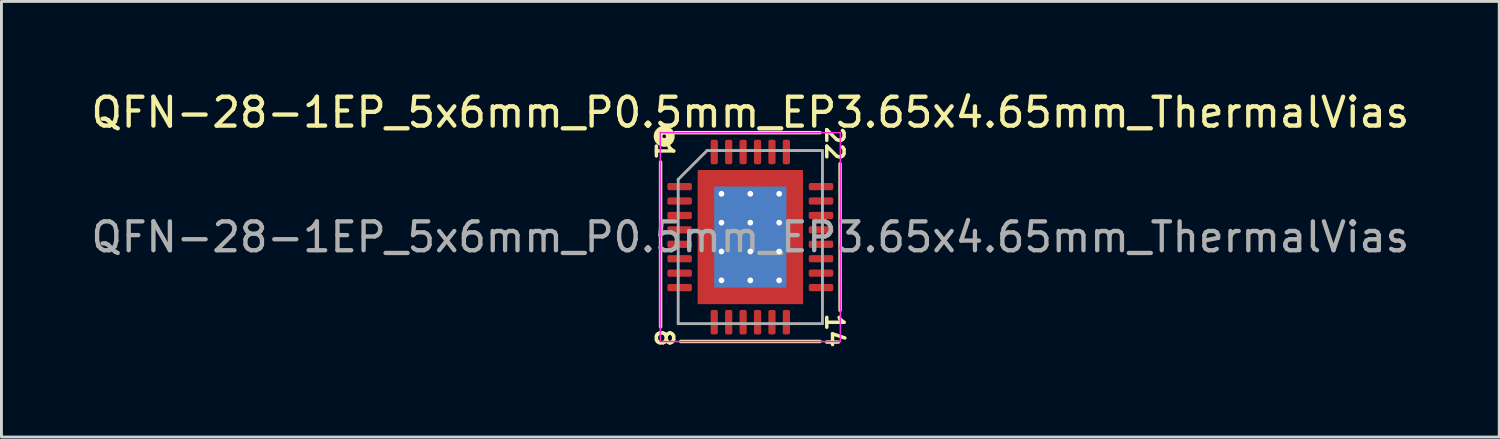
<source format=kicad_pcb>
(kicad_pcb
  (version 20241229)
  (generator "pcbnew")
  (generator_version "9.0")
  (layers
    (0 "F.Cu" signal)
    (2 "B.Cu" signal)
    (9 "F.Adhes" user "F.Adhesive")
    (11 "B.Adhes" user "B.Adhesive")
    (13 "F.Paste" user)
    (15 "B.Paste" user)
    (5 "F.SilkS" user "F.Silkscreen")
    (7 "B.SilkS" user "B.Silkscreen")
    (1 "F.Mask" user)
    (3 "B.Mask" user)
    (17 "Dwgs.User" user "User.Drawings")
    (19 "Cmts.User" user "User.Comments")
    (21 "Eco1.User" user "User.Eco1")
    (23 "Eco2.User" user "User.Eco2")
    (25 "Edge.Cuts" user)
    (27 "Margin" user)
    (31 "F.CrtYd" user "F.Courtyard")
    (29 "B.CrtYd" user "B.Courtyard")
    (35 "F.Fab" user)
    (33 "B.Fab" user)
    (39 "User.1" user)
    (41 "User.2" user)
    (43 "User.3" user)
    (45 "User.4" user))
  (footprint "QFN-28-1EP_5x6mm_P0.5mm_EP3.65x4.65mm_ThermalVias"
    (layer "F.Cu")
    (at 22.958 5.168)
    (property "Reference" "QFN-28-1EP_5x6mm_P0.5mm_EP3.65x4.65mm_ThermalVias" (at 0 -4.32 0) (layer "F.SilkS") (effects (font (size 1 1) (thickness 0.15))))
    (attr smd)
    (fp_line (start -3.111 -2.603) (end -3.111 3.111) (stroke (width 0.12) (type solid)) (layer "F.SilkS"))
    (fp_line (start -2.413 3.619) (end 2.413 3.619) (stroke (width 0.12) (type solid)) (layer "F.SilkS"))
    (fp_line (start 2.413 -3.619) (end -2.603 -3.619) (stroke (width 0.12) (type solid)) (layer "F.SilkS"))
    (fp_line (start 3.111 2.54) (end 3.111 -2.54) (stroke (width 0.12) (type solid)) (layer "F.SilkS"))
    (fp_circle (center -2.985 -3.493) (end -2.921 -3.493) (stroke (width 0.3) (type solid)) (fill no) (layer "F.SilkS"))
    (fp_line (start -3.12 -3.62) (end -3.12 3.62) (stroke (width 0.05) (type solid)) (layer "F.CrtYd"))
    (fp_line (start -3.12 3.62) (end 3.12 3.62) (stroke (width 0.05) (type solid)) (layer "F.CrtYd"))
    (fp_line (start 3.12 -3.62) (end -3.12 -3.62) (stroke (width 0.05) (type solid)) (layer "F.CrtYd"))
    (fp_line (start 3.12 3.62) (end 3.12 -3.62) (stroke (width 0.05) (type solid)) (layer "F.CrtYd"))
    (fp_line (start -2.5 -2) (end -1.5 -3) (stroke (width 0.1) (type solid)) (layer "F.Fab"))
    (fp_line (start -2.5 3) (end -2.5 -2) (stroke (width 0.1) (type solid)) (layer "F.Fab"))
    (fp_line (start -1.5 -3) (end 2.5 -3) (stroke (width 0.1) (type solid)) (layer "F.Fab"))
    (fp_line (start 2.5 -3) (end 2.5 3) (stroke (width 0.1) (type solid)) (layer "F.Fab"))
    (fp_line (start 2.5 3) (end -2.5 3) (stroke (width 0.1) (type solid)) (layer "F.Fab"))
    (fp_text user "8" (at -2.985 3.493 270) (unlocked yes) (layer "F.SilkS") (effects (font (size 0.6 0.6) (thickness 0.12))))
    (fp_text user "22" (at 2.921 -3.239 270) (unlocked yes) (layer "F.SilkS") (effects (font (size 0.6 0.6) (thickness 0.12))))
    (fp_text user "1" (at -2.985 -2.985 270) (unlocked yes) (layer "F.SilkS") (effects (font (size 0.6 0.6) (thickness 0.12))))
    (fp_text user "14" (at 2.921 3.239 270) (unlocked yes) (layer "F.SilkS") (effects (font (size 0.6 0.6) (thickness 0.12))))
    (fp_text user "${REFERENCE}" (at 0 0 0) (layer "F.Fab") (effects (font (size 1 1) (thickness 0.15))))
    (pad "" smd custom (at -1.413 -1.913) (size 0.578 0.578) (layers "F.Paste") (options (anchor circle)) (primitives (gr_poly (pts (xy 0.246 0.174) (xy 0.174 0.246) (xy -0.246 0.246) (xy -0.246 -0.246) (xy 0.246 -0.246)) (width 0.174) (fill yes))))
    (pad "" smd custom (at -1.413 -1) (size 0.59 0.59) (layers "F.Paste") (options (anchor circle)) (primitives (gr_poly (pts (xy 0.258 -0.266) (xy 0.258 0.266) (xy 0.195 0.328) (xy -0.258 0.328) (xy -0.258 -0.328) (xy 0.195 -0.328)) (width 0.15) (fill yes))))
    (pad "" smd custom (at -1.413 0) (size 0.59 0.59) (layers "F.Paste") (options (anchor circle)) (primitives (gr_poly (pts (xy 0.258 -0.266) (xy 0.258 0.266) (xy 0.195 0.328) (xy -0.258 0.328) (xy -0.258 -0.328) (xy 0.195 -0.328)) (width 0.15) (fill yes))))
    (pad "" smd custom (at -1.413 1) (size 0.59 0.59) (layers "F.Paste") (options (anchor circle)) (primitives (gr_poly (pts (xy 0.258 -0.266) (xy 0.258 0.266) (xy 0.195 0.328) (xy -0.258 0.328) (xy -0.258 -0.328) (xy 0.195 -0.328)) (width 0.15) (fill yes))))
    (pad "" smd custom (at -1.413 1.913) (size 0.578 0.578) (layers "F.Paste") (options (anchor circle)) (primitives (gr_poly (pts (xy 0.246 -0.174) (xy 0.246 0.246) (xy -0.246 0.246) (xy -0.246 -0.246) (xy 0.174 -0.246)) (width 0.174) (fill yes))))
    (pad "" smd custom (at -0.5 -1.913) (size 0.59 0.59) (layers "F.Paste") (options (anchor circle)) (primitives (gr_poly (pts (xy 0.328 0.195) (xy 0.266 0.258) (xy -0.266 0.258) (xy -0.328 0.195) (xy -0.328 -0.258) (xy 0.328 -0.258)) (width 0.15) (fill yes))))
    (pad "" smd roundrect (at -0.5 -1) (size 0.806 0.806) (layers "F.Paste") (roundrect_rratio 0.25))
    (pad "" smd roundrect (at -0.5 0) (size 0.806 0.806) (layers "F.Paste") (roundrect_rratio 0.25))
    (pad "" smd roundrect (at -0.5 1) (size 0.806 0.806) (layers "F.Paste") (roundrect_rratio 0.25))
    (pad "" smd custom (at -0.5 1.913) (size 0.59 0.59) (layers "F.Paste") (options (anchor circle)) (primitives (gr_poly (pts (xy 0.328 -0.195) (xy 0.328 0.258) (xy -0.328 0.258) (xy -0.328 -0.195) (xy -0.266 -0.258) (xy 0.266 -0.258)) (width 0.15) (fill yes))))
    (pad "" smd custom (at 0.5 -1.913) (size 0.59 0.59) (layers "F.Paste") (options (anchor circle)) (primitives (gr_poly (pts (xy 0.328 0.195) (xy 0.266 0.258) (xy -0.266 0.258) (xy -0.328 0.195) (xy -0.328 -0.258) (xy 0.328 -0.258)) (width 0.15) (fill yes))))
    (pad "" smd roundrect (at 0.5 -1) (size 0.806 0.806) (layers "F.Paste") (roundrect_rratio 0.25))
    (pad "" smd roundrect (at 0.5 0) (size 0.806 0.806) (layers "F.Paste") (roundrect_rratio 0.25))
    (pad "" smd roundrect (at 0.5 1) (size 0.806 0.806) (layers "F.Paste") (roundrect_rratio 0.25))
    (pad "" smd custom (at 0.5 1.913) (size 0.59 0.59) (layers "F.Paste") (options (anchor circle)) (primitives (gr_poly (pts (xy 0.328 -0.195) (xy 0.328 0.258) (xy -0.328 0.258) (xy -0.328 -0.195) (xy -0.266 -0.258) (xy 0.266 -0.258)) (width 0.15) (fill yes))))
    (pad "" smd custom (at 1.413 -1.913) (size 0.578 0.578) (layers "F.Paste") (options (anchor circle)) (primitives (gr_poly (pts (xy 0.246 0.246) (xy -0.174 0.246) (xy -0.246 0.174) (xy -0.246 -0.246) (xy 0.246 -0.246)) (width 0.174) (fill yes))))
    (pad "" smd custom (at 1.413 -1) (size 0.59 0.59) (layers "F.Paste") (options (anchor circle)) (primitives (gr_poly (pts (xy 0.258 0.328) (xy -0.195 0.328) (xy -0.258 0.266) (xy -0.258 -0.266) (xy -0.195 -0.328) (xy 0.258 -0.328)) (width 0.15) (fill yes))))
    (pad "" smd custom (at 1.413 0) (size 0.59 0.59) (layers "F.Paste") (options (anchor circle)) (primitives (gr_poly (pts (xy 0.258 0.328) (xy -0.195 0.328) (xy -0.258 0.266) (xy -0.258 -0.266) (xy -0.195 -0.328) (xy 0.258 -0.328)) (width 0.15) (fill yes))))
    (pad "" smd custom (at 1.413 1) (size 0.59 0.59) (layers "F.Paste") (options (anchor circle)) (primitives (gr_poly (pts (xy 0.258 0.328) (xy -0.195 0.328) (xy -0.258 0.266) (xy -0.258 -0.266) (xy -0.195 -0.328) (xy 0.258 -0.328)) (width 0.15) (fill yes))))
    (pad "" smd custom (at 1.413 1.913) (size 0.578 0.578) (layers "F.Paste") (options (anchor circle)) (primitives (gr_poly (pts (xy 0.246 0.246) (xy -0.246 0.246) (xy -0.246 -0.174) (xy -0.174 -0.246) (xy 0.246 -0.246)) (width 0.174) (fill yes))))
    (pad "1" smd roundrect (at -2.45 -1.75) (size 0.85 0.25) (layers "F.Cu" "F.Mask" "F.Paste") (roundrect_rratio 0.25))
    (pad "2" smd roundrect (at -2.45 -1.25) (size 0.85 0.25) (layers "F.Cu" "F.Mask" "F.Paste") (roundrect_rratio 0.25))
    (pad "3" smd roundrect (at -2.45 -0.75) (size 0.85 0.25) (layers "F.Cu" "F.Mask" "F.Paste") (roundrect_rratio 0.25))
    (pad "4" smd roundrect (at -2.45 -0.25) (size 0.85 0.25) (layers "F.Cu" "F.Mask" "F.Paste") (roundrect_rratio 0.25))
    (pad "5" smd roundrect (at -2.45 0.25) (size 0.85 0.25) (layers "F.Cu" "F.Mask" "F.Paste") (roundrect_rratio 0.25))
    (pad "6" smd roundrect (at -2.45 0.75) (size 0.85 0.25) (layers "F.Cu" "F.Mask" "F.Paste") (roundrect_rratio 0.25))
    (pad "7" smd roundrect (at -2.45 1.25) (size 0.85 0.25) (layers "F.Cu" "F.Mask" "F.Paste") (roundrect_rratio 0.25))
    (pad "8" smd roundrect (at -2.45 1.75) (size 0.85 0.25) (layers "F.Cu" "F.Mask" "F.Paste") (roundrect_rratio 0.25))
    (pad "9" smd roundrect (at -1.25 2.95) (size 0.25 0.85) (layers "F.Cu" "F.Mask" "F.Paste") (roundrect_rratio 0.25))
    (pad "10" smd roundrect (at -0.75 2.95) (size 0.25 0.85) (layers "F.Cu" "F.Mask" "F.Paste") (roundrect_rratio 0.25))
    (pad "11" smd roundrect (at -0.25 2.95) (size 0.25 0.85) (layers "F.Cu" "F.Mask" "F.Paste") (roundrect_rratio 0.25))
    (pad "12" smd roundrect (at 0.25 2.95) (size 0.25 0.85) (layers "F.Cu" "F.Mask" "F.Paste") (roundrect_rratio 0.25))
    (pad "13" smd roundrect (at 0.75 2.95) (size 0.25 0.85) (layers "F.Cu" "F.Mask" "F.Paste") (roundrect_rratio 0.25))
    (pad "14" smd roundrect (at 1.25 2.95) (size 0.25 0.85) (layers "F.Cu" "F.Mask" "F.Paste") (roundrect_rratio 0.25))
    (pad "15" smd roundrect (at 2.45 1.75) (size 0.85 0.25) (layers "F.Cu" "F.Mask" "F.Paste") (roundrect_rratio 0.25))
    (pad "16" smd roundrect (at 2.45 1.25) (size 0.85 0.25) (layers "F.Cu" "F.Mask" "F.Paste") (roundrect_rratio 0.25))
    (pad "17" smd roundrect (at 2.45 0.75) (size 0.85 0.25) (layers "F.Cu" "F.Mask" "F.Paste") (roundrect_rratio 0.25))
    (pad "18" smd roundrect (at 2.45 0.25) (size 0.85 0.25) (layers "F.Cu" "F.Mask" "F.Paste") (roundrect_rratio 0.25))
    (pad "19" smd roundrect (at 2.45 -0.25) (size 0.85 0.25) (layers "F.Cu" "F.Mask" "F.Paste") (roundrect_rratio 0.25))
    (pad "20" smd roundrect (at 2.45 -0.75) (size 0.85 0.25) (layers "F.Cu" "F.Mask" "F.Paste") (roundrect_rratio 0.25))
    (pad "21" smd roundrect (at 2.45 -1.25) (size 0.85 0.25) (layers "F.Cu" "F.Mask" "F.Paste") (roundrect_rratio 0.25))
    (pad "22" smd roundrect (at 2.45 -1.75) (size 0.85 0.25) (layers "F.Cu" "F.Mask" "F.Paste") (roundrect_rratio 0.25))
    (pad "23" smd roundrect (at 1.25 -2.95) (size 0.25 0.85) (layers "F.Cu" "F.Mask" "F.Paste") (roundrect_rratio 0.25))
    (pad "24" smd roundrect (at 0.75 -2.95) (size 0.25 0.85) (layers "F.Cu" "F.Mask" "F.Paste") (roundrect_rratio 0.25))
    (pad "25" smd roundrect (at 0.25 -2.95) (size 0.25 0.85) (layers "F.Cu" "F.Mask" "F.Paste") (roundrect_rratio 0.25))
    (pad "26" smd roundrect (at -0.25 -2.95) (size 0.25 0.85) (layers "F.Cu" "F.Mask" "F.Paste") (roundrect_rratio 0.25))
    (pad "27" smd roundrect (at -0.75 -2.95) (size 0.25 0.85) (layers "F.Cu" "F.Mask" "F.Paste") (roundrect_rratio 0.25))
    (pad "28" smd roundrect (at -1.25 -2.95) (size 0.25 0.85) (layers "F.Cu" "F.Mask" "F.Paste") (roundrect_rratio 0.25))
    (pad "29" thru_hole circle (at -1 -1.5) (size 0.5 0.5) (drill 0.2) (layers "*.Cu"))
    (pad "29" thru_hole circle (at -1 -0.5) (size 0.5 0.5) (drill 0.2) (layers "*.Cu"))
    (pad "29" thru_hole circle (at -1 0.5) (size 0.5 0.5) (drill 0.2) (layers "*.Cu"))
    (pad "29" thru_hole circle (at -1 1.5) (size 0.5 0.5) (drill 0.2) (layers "*.Cu"))
    (pad "29" thru_hole circle (at 0 -1.5) (size 0.5 0.5) (drill 0.2) (layers "*.Cu"))
    (pad "29" thru_hole circle (at 0 -0.5) (size 0.5 0.5) (drill 0.2) (layers "*.Cu"))
    (pad "29" smd rect (at 0 0) (size 2.5 3.5) (layers "B.Cu" "B.Mask"))
    (pad "29" smd rect (at 0 0) (size 3.65 4.65) (layers "F.Cu" "F.Mask"))
    (pad "29" thru_hole circle (at 0 0.5) (size 0.5 0.5) (drill 0.2) (layers "*.Cu"))
    (pad "29" thru_hole circle (at 0 1.5) (size 0.5 0.5) (drill 0.2) (layers "*.Cu"))
    (pad "29" thru_hole circle (at 1 -1.5) (size 0.5 0.5) (drill 0.2) (layers "*.Cu"))
    (pad "29" thru_hole circle (at 1 -0.5) (size 0.5 0.5) (drill 0.2) (layers "*.Cu"))
    (pad "29" thru_hole circle (at 1 0.5) (size 0.5 0.5) (drill 0.2) (layers "*.Cu"))
    (pad "29" thru_hole circle (at 1 1.5) (size 0.5 0.5) (drill 0.2) (layers "*.Cu")))
  (gr_rect
    (start -3 -3)
    (end 48.917 12.098)
    (stroke (width 0.1) (type default))
    (fill no)
    (layer "Edge.Cuts")))
</source>
